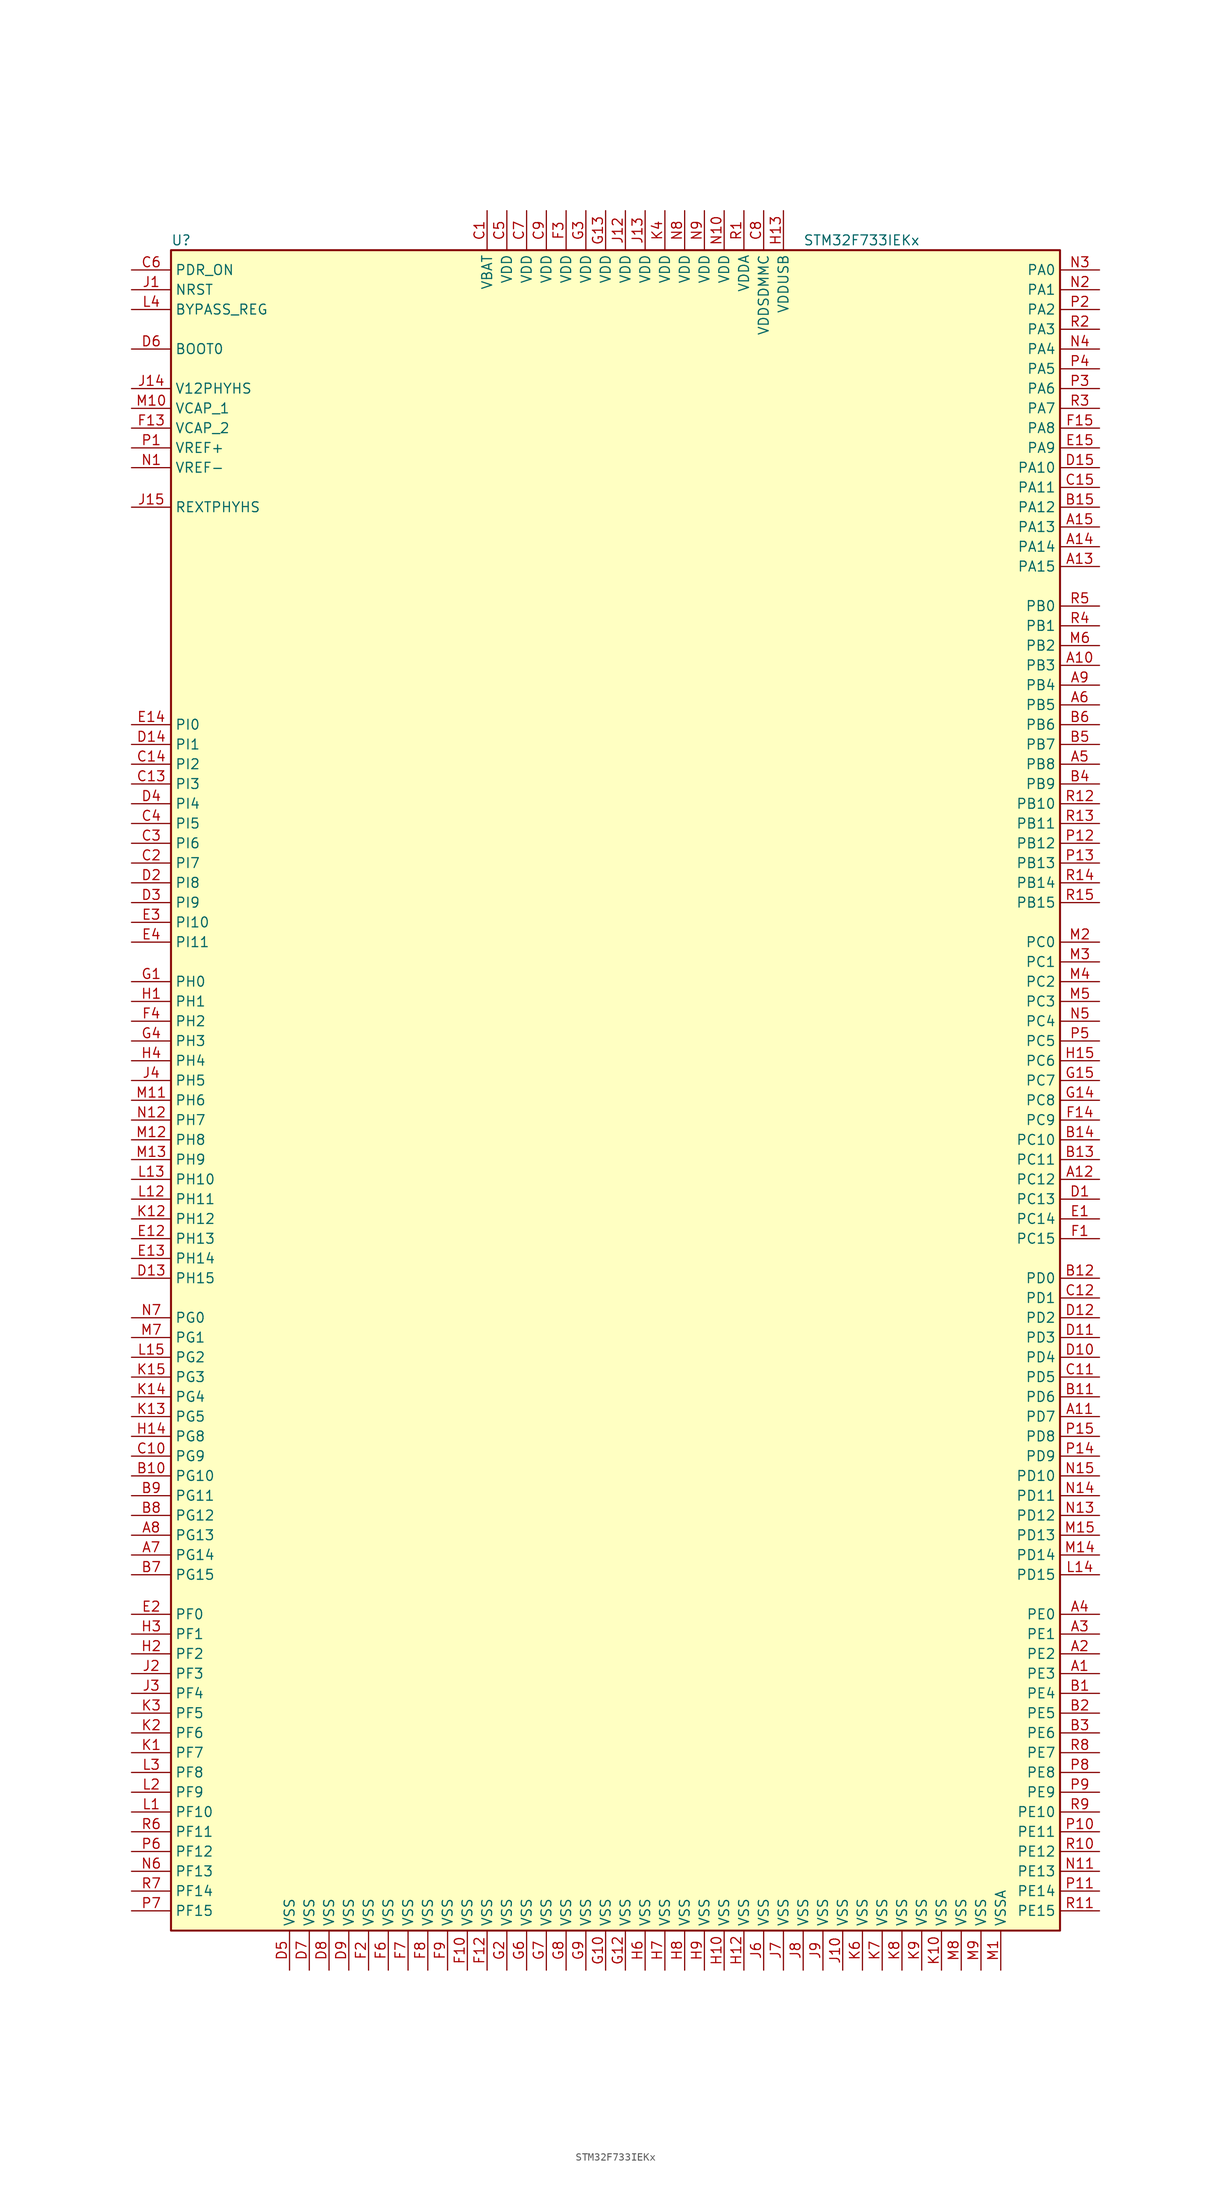
<source format=kicad_sym>
(kicad_symbol_lib
  (version 20201005)
  (generator kicad_symbol_editor)
  (symbol "STM32F733IEKx"
    (property "Reference" "U"
      (at -58.42 107.95 0)
      (effects (font (size 1.27 1.27)) (justify left)))
    (property "Value" "STM32F733IEKx"
      (at 22.86 107.95 0)
      (effects (font (size 1.27 1.27)) (justify left)))
    (symbol "STM32F733IEKx_0_1"
      (rectangle (start -58.42 -109.22) (end 55.88 106.68) (stroke (width 0.254)) (fill (type background))))
    (symbol "STM32F733IEKx_1_1"
      (pin bidirectional line (at 60.96 -76.2 180) (length 5.08) (name "PE3" (effects (font (size 1.27 1.27)))) (number "A1" (effects (font (size 1.27 1.27)))))
      (pin bidirectional line (at 60.96 53.34 180) (length 5.08) (name "PB3" (effects (font (size 1.27 1.27)))) (number "A10" (effects (font (size 1.27 1.27)))))
      (pin bidirectional line (at 60.96 -43.18 180) (length 5.08) (name "PD7" (effects (font (size 1.27 1.27)))) (number "A11" (effects (font (size 1.27 1.27)))))
      (pin bidirectional line (at 60.96 -12.7 180) (length 5.08) (name "PC12" (effects (font (size 1.27 1.27)))) (number "A12" (effects (font (size 1.27 1.27)))))
      (pin bidirectional line (at 60.96 66.04 180) (length 5.08) (name "PA15" (effects (font (size 1.27 1.27)))) (number "A13" (effects (font (size 1.27 1.27)))))
      (pin bidirectional line (at 60.96 68.58 180) (length 5.08) (name "PA14" (effects (font (size 1.27 1.27)))) (number "A14" (effects (font (size 1.27 1.27)))))
      (pin bidirectional line (at 60.96 71.12 180) (length 5.08) (name "PA13" (effects (font (size 1.27 1.27)))) (number "A15" (effects (font (size 1.27 1.27)))))
      (pin bidirectional line (at 60.96 -73.66 180) (length 5.08) (name "PE2" (effects (font (size 1.27 1.27)))) (number "A2" (effects (font (size 1.27 1.27)))))
      (pin bidirectional line (at 60.96 -71.12 180) (length 5.08) (name "PE1" (effects (font (size 1.27 1.27)))) (number "A3" (effects (font (size 1.27 1.27)))))
      (pin bidirectional line (at 60.96 -68.58 180) (length 5.08) (name "PE0" (effects (font (size 1.27 1.27)))) (number "A4" (effects (font (size 1.27 1.27)))))
      (pin bidirectional line (at 60.96 40.64 180) (length 5.08) (name "PB8" (effects (font (size 1.27 1.27)))) (number "A5" (effects (font (size 1.27 1.27)))))
      (pin bidirectional line (at 60.96 48.26 180) (length 5.08) (name "PB5" (effects (font (size 1.27 1.27)))) (number "A6" (effects (font (size 1.27 1.27)))))
      (pin bidirectional line (at -63.5 -60.96 0) (length 5.08) (name "PG14" (effects (font (size 1.27 1.27)))) (number "A7" (effects (font (size 1.27 1.27)))))
      (pin bidirectional line (at -63.5 -58.42 0) (length 5.08) (name "PG13" (effects (font (size 1.27 1.27)))) (number "A8" (effects (font (size 1.27 1.27)))))
      (pin bidirectional line (at 60.96 50.8 180) (length 5.08) (name "PB4" (effects (font (size 1.27 1.27)))) (number "A9" (effects (font (size 1.27 1.27)))))
      (pin bidirectional line (at 60.96 -78.74 180) (length 5.08) (name "PE4" (effects (font (size 1.27 1.27)))) (number "B1" (effects (font (size 1.27 1.27)))))
      (pin bidirectional line (at -63.5 -50.8 0) (length 5.08) (name "PG10" (effects (font (size 1.27 1.27)))) (number "B10" (effects (font (size 1.27 1.27)))))
      (pin bidirectional line (at 60.96 -40.64 180) (length 5.08) (name "PD6" (effects (font (size 1.27 1.27)))) (number "B11" (effects (font (size 1.27 1.27)))))
      (pin bidirectional line (at 60.96 -25.4 180) (length 5.08) (name "PD0" (effects (font (size 1.27 1.27)))) (number "B12" (effects (font (size 1.27 1.27)))))
      (pin bidirectional line (at 60.96 -10.16 180) (length 5.08) (name "PC11" (effects (font (size 1.27 1.27)))) (number "B13" (effects (font (size 1.27 1.27)))))
      (pin bidirectional line (at 60.96 -7.62 180) (length 5.08) (name "PC10" (effects (font (size 1.27 1.27)))) (number "B14" (effects (font (size 1.27 1.27)))))
      (pin bidirectional line (at 60.96 73.66 180) (length 5.08) (name "PA12" (effects (font (size 1.27 1.27)))) (number "B15" (effects (font (size 1.27 1.27)))))
      (pin bidirectional line (at 60.96 -81.28 180) (length 5.08) (name "PE5" (effects (font (size 1.27 1.27)))) (number "B2" (effects (font (size 1.27 1.27)))))
      (pin bidirectional line (at 60.96 -83.82 180) (length 5.08) (name "PE6" (effects (font (size 1.27 1.27)))) (number "B3" (effects (font (size 1.27 1.27)))))
      (pin bidirectional line (at 60.96 38.1 180) (length 5.08) (name "PB9" (effects (font (size 1.27 1.27)))) (number "B4" (effects (font (size 1.27 1.27)))))
      (pin bidirectional line (at 60.96 43.18 180) (length 5.08) (name "PB7" (effects (font (size 1.27 1.27)))) (number "B5" (effects (font (size 1.27 1.27)))))
      (pin bidirectional line (at 60.96 45.72 180) (length 5.08) (name "PB6" (effects (font (size 1.27 1.27)))) (number "B6" (effects (font (size 1.27 1.27)))))
      (pin bidirectional line (at -63.5 -63.5 0) (length 5.08) (name "PG15" (effects (font (size 1.27 1.27)))) (number "B7" (effects (font (size 1.27 1.27)))))
      (pin bidirectional line (at -63.5 -55.88 0) (length 5.08) (name "PG12" (effects (font (size 1.27 1.27)))) (number "B8" (effects (font (size 1.27 1.27)))))
      (pin bidirectional line (at -63.5 -53.34 0) (length 5.08) (name "PG11" (effects (font (size 1.27 1.27)))) (number "B9" (effects (font (size 1.27 1.27)))))
      (pin power_in line (at -17.78 111.76 270) (length 5.08) (name "VBAT" (effects (font (size 1.27 1.27)))) (number "C1" (effects (font (size 1.27 1.27)))))
      (pin bidirectional line (at -63.5 -48.26 0) (length 5.08) (name "PG9" (effects (font (size 1.27 1.27)))) (number "C10" (effects (font (size 1.27 1.27)))))
      (pin bidirectional line (at 60.96 -38.1 180) (length 5.08) (name "PD5" (effects (font (size 1.27 1.27)))) (number "C11" (effects (font (size 1.27 1.27)))))
      (pin bidirectional line (at 60.96 -27.94 180) (length 5.08) (name "PD1" (effects (font (size 1.27 1.27)))) (number "C12" (effects (font (size 1.27 1.27)))))
      (pin bidirectional line (at -63.5 38.1 0) (length 5.08) (name "PI3" (effects (font (size 1.27 1.27)))) (number "C13" (effects (font (size 1.27 1.27)))))
      (pin bidirectional line (at -63.5 40.64 0) (length 5.08) (name "PI2" (effects (font (size 1.27 1.27)))) (number "C14" (effects (font (size 1.27 1.27)))))
      (pin bidirectional line (at 60.96 76.2 180) (length 5.08) (name "PA11" (effects (font (size 1.27 1.27)))) (number "C15" (effects (font (size 1.27 1.27)))))
      (pin bidirectional line (at -63.5 27.94 0) (length 5.08) (name "PI7" (effects (font (size 1.27 1.27)))) (number "C2" (effects (font (size 1.27 1.27)))))
      (pin bidirectional line (at -63.5 30.48 0) (length 5.08) (name "PI6" (effects (font (size 1.27 1.27)))) (number "C3" (effects (font (size 1.27 1.27)))))
      (pin bidirectional line (at -63.5 33.02 0) (length 5.08) (name "PI5" (effects (font (size 1.27 1.27)))) (number "C4" (effects (font (size 1.27 1.27)))))
      (pin power_in line (at -15.24 111.76 270) (length 5.08) (name "VDD" (effects (font (size 1.27 1.27)))) (number "C5" (effects (font (size 1.27 1.27)))))
      (pin input line (at -63.5 104.14 0) (length 5.08) (name "PDR_ON" (effects (font (size 1.27 1.27)))) (number "C6" (effects (font (size 1.27 1.27)))))
      (pin power_in line (at -12.7 111.76 270) (length 5.08) (name "VDD" (effects (font (size 1.27 1.27)))) (number "C7" (effects (font (size 1.27 1.27)))))
      (pin power_in line (at 17.78 111.76 270) (length 5.08) (name "VDDSDMMC" (effects (font (size 1.27 1.27)))) (number "C8" (effects (font (size 1.27 1.27)))))
      (pin power_in line (at -10.16 111.76 270) (length 5.08) (name "VDD" (effects (font (size 1.27 1.27)))) (number "C9" (effects (font (size 1.27 1.27)))))
      (pin bidirectional line (at 60.96 -15.24 180) (length 5.08) (name "PC13" (effects (font (size 1.27 1.27)))) (number "D1" (effects (font (size 1.27 1.27)))))
      (pin bidirectional line (at 60.96 -35.56 180) (length 5.08) (name "PD4" (effects (font (size 1.27 1.27)))) (number "D10" (effects (font (size 1.27 1.27)))))
      (pin bidirectional line (at 60.96 -33.02 180) (length 5.08) (name "PD3" (effects (font (size 1.27 1.27)))) (number "D11" (effects (font (size 1.27 1.27)))))
      (pin bidirectional line (at 60.96 -30.48 180) (length 5.08) (name "PD2" (effects (font (size 1.27 1.27)))) (number "D12" (effects (font (size 1.27 1.27)))))
      (pin bidirectional line (at -63.5 -25.4 0) (length 5.08) (name "PH15" (effects (font (size 1.27 1.27)))) (number "D13" (effects (font (size 1.27 1.27)))))
      (pin bidirectional line (at -63.5 43.18 0) (length 5.08) (name "PI1" (effects (font (size 1.27 1.27)))) (number "D14" (effects (font (size 1.27 1.27)))))
      (pin bidirectional line (at 60.96 78.74 180) (length 5.08) (name "PA10" (effects (font (size 1.27 1.27)))) (number "D15" (effects (font (size 1.27 1.27)))))
      (pin bidirectional line (at -63.5 25.4 0) (length 5.08) (name "PI8" (effects (font (size 1.27 1.27)))) (number "D2" (effects (font (size 1.27 1.27)))))
      (pin bidirectional line (at -63.5 22.86 0) (length 5.08) (name "PI9" (effects (font (size 1.27 1.27)))) (number "D3" (effects (font (size 1.27 1.27)))))
      (pin bidirectional line (at -63.5 35.56 0) (length 5.08) (name "PI4" (effects (font (size 1.27 1.27)))) (number "D4" (effects (font (size 1.27 1.27)))))
      (pin power_in line (at -43.18 -114.3 90) (length 5.08) (name "VSS" (effects (font (size 1.27 1.27)))) (number "D5" (effects (font (size 1.27 1.27)))))
      (pin input line (at -63.5 93.98 0) (length 5.08) (name "BOOT0" (effects (font (size 1.27 1.27)))) (number "D6" (effects (font (size 1.27 1.27)))))
      (pin power_in line (at -40.64 -114.3 90) (length 5.08) (name "VSS" (effects (font (size 1.27 1.27)))) (number "D7" (effects (font (size 1.27 1.27)))))
      (pin power_in line (at -38.1 -114.3 90) (length 5.08) (name "VSS" (effects (font (size 1.27 1.27)))) (number "D8" (effects (font (size 1.27 1.27)))))
      (pin power_in line (at -35.56 -114.3 90) (length 5.08) (name "VSS" (effects (font (size 1.27 1.27)))) (number "D9" (effects (font (size 1.27 1.27)))))
      (pin bidirectional line (at 60.96 -17.78 180) (length 5.08) (name "PC14" (effects (font (size 1.27 1.27)))) (number "E1" (effects (font (size 1.27 1.27)))))
      (pin bidirectional line (at -63.5 -20.32 0) (length 5.08) (name "PH13" (effects (font (size 1.27 1.27)))) (number "E12" (effects (font (size 1.27 1.27)))))
      (pin bidirectional line (at -63.5 -22.86 0) (length 5.08) (name "PH14" (effects (font (size 1.27 1.27)))) (number "E13" (effects (font (size 1.27 1.27)))))
      (pin bidirectional line (at -63.5 45.72 0) (length 5.08) (name "PI0" (effects (font (size 1.27 1.27)))) (number "E14" (effects (font (size 1.27 1.27)))))
      (pin bidirectional line (at 60.96 81.28 180) (length 5.08) (name "PA9" (effects (font (size 1.27 1.27)))) (number "E15" (effects (font (size 1.27 1.27)))))
      (pin bidirectional line (at -63.5 -68.58 0) (length 5.08) (name "PF0" (effects (font (size 1.27 1.27)))) (number "E2" (effects (font (size 1.27 1.27)))))
      (pin bidirectional line (at -63.5 20.32 0) (length 5.08) (name "PI10" (effects (font (size 1.27 1.27)))) (number "E3" (effects (font (size 1.27 1.27)))))
      (pin bidirectional line (at -63.5 17.78 0) (length 5.08) (name "PI11" (effects (font (size 1.27 1.27)))) (number "E4" (effects (font (size 1.27 1.27)))))
      (pin bidirectional line (at 60.96 -20.32 180) (length 5.08) (name "PC15" (effects (font (size 1.27 1.27)))) (number "F1" (effects (font (size 1.27 1.27)))))
      (pin power_in line (at -20.32 -114.3 90) (length 5.08) (name "VSS" (effects (font (size 1.27 1.27)))) (number "F10" (effects (font (size 1.27 1.27)))))
      (pin power_in line (at -17.78 -114.3 90) (length 5.08) (name "VSS" (effects (font (size 1.27 1.27)))) (number "F12" (effects (font (size 1.27 1.27)))))
      (pin power_in line (at -63.5 83.82 0) (length 5.08) (name "VCAP_2" (effects (font (size 1.27 1.27)))) (number "F13" (effects (font (size 1.27 1.27)))))
      (pin bidirectional line (at 60.96 -5.08 180) (length 5.08) (name "PC9" (effects (font (size 1.27 1.27)))) (number "F14" (effects (font (size 1.27 1.27)))))
      (pin bidirectional line (at 60.96 83.82 180) (length 5.08) (name "PA8" (effects (font (size 1.27 1.27)))) (number "F15" (effects (font (size 1.27 1.27)))))
      (pin power_in line (at -33.02 -114.3 90) (length 5.08) (name "VSS" (effects (font (size 1.27 1.27)))) (number "F2" (effects (font (size 1.27 1.27)))))
      (pin power_in line (at -7.62 111.76 270) (length 5.08) (name "VDD" (effects (font (size 1.27 1.27)))) (number "F3" (effects (font (size 1.27 1.27)))))
      (pin bidirectional line (at -63.5 7.62 0) (length 5.08) (name "PH2" (effects (font (size 1.27 1.27)))) (number "F4" (effects (font (size 1.27 1.27)))))
      (pin power_in line (at -30.48 -114.3 90) (length 5.08) (name "VSS" (effects (font (size 1.27 1.27)))) (number "F6" (effects (font (size 1.27 1.27)))))
      (pin power_in line (at -27.94 -114.3 90) (length 5.08) (name "VSS" (effects (font (size 1.27 1.27)))) (number "F7" (effects (font (size 1.27 1.27)))))
      (pin power_in line (at -25.4 -114.3 90) (length 5.08) (name "VSS" (effects (font (size 1.27 1.27)))) (number "F8" (effects (font (size 1.27 1.27)))))
      (pin power_in line (at -22.86 -114.3 90) (length 5.08) (name "VSS" (effects (font (size 1.27 1.27)))) (number "F9" (effects (font (size 1.27 1.27)))))
      (pin input line (at -63.5 12.7 0) (length 5.08) (name "PH0" (effects (font (size 1.27 1.27)))) (number "G1" (effects (font (size 1.27 1.27)))))
      (pin power_in line (at -2.54 -114.3 90) (length 5.08) (name "VSS" (effects (font (size 1.27 1.27)))) (number "G10" (effects (font (size 1.27 1.27)))))
      (pin power_in line (at 0 -114.3 90) (length 5.08) (name "VSS" (effects (font (size 1.27 1.27)))) (number "G12" (effects (font (size 1.27 1.27)))))
      (pin power_in line (at -2.54 111.76 270) (length 5.08) (name "VDD" (effects (font (size 1.27 1.27)))) (number "G13" (effects (font (size 1.27 1.27)))))
      (pin bidirectional line (at 60.96 -2.54 180) (length 5.08) (name "PC8" (effects (font (size 1.27 1.27)))) (number "G14" (effects (font (size 1.27 1.27)))))
      (pin bidirectional line (at 60.96 0 180) (length 5.08) (name "PC7" (effects (font (size 1.27 1.27)))) (number "G15" (effects (font (size 1.27 1.27)))))
      (pin power_in line (at -15.24 -114.3 90) (length 5.08) (name "VSS" (effects (font (size 1.27 1.27)))) (number "G2" (effects (font (size 1.27 1.27)))))
      (pin power_in line (at -5.08 111.76 270) (length 5.08) (name "VDD" (effects (font (size 1.27 1.27)))) (number "G3" (effects (font (size 1.27 1.27)))))
      (pin bidirectional line (at -63.5 5.08 0) (length 5.08) (name "PH3" (effects (font (size 1.27 1.27)))) (number "G4" (effects (font (size 1.27 1.27)))))
      (pin power_in line (at -12.7 -114.3 90) (length 5.08) (name "VSS" (effects (font (size 1.27 1.27)))) (number "G6" (effects (font (size 1.27 1.27)))))
      (pin power_in line (at -10.16 -114.3 90) (length 5.08) (name "VSS" (effects (font (size 1.27 1.27)))) (number "G7" (effects (font (size 1.27 1.27)))))
      (pin power_in line (at -7.62 -114.3 90) (length 5.08) (name "VSS" (effects (font (size 1.27 1.27)))) (number "G8" (effects (font (size 1.27 1.27)))))
      (pin power_in line (at -5.08 -114.3 90) (length 5.08) (name "VSS" (effects (font (size 1.27 1.27)))) (number "G9" (effects (font (size 1.27 1.27)))))
      (pin input line (at -63.5 10.16 0) (length 5.08) (name "PH1" (effects (font (size 1.27 1.27)))) (number "H1" (effects (font (size 1.27 1.27)))))
      (pin power_in line (at 12.7 -114.3 90) (length 5.08) (name "VSS" (effects (font (size 1.27 1.27)))) (number "H10" (effects (font (size 1.27 1.27)))))
      (pin power_in line (at 15.24 -114.3 90) (length 5.08) (name "VSS" (effects (font (size 1.27 1.27)))) (number "H12" (effects (font (size 1.27 1.27)))))
      (pin power_in line (at 20.32 111.76 270) (length 5.08) (name "VDDUSB" (effects (font (size 1.27 1.27)))) (number "H13" (effects (font (size 1.27 1.27)))))
      (pin bidirectional line (at -63.5 -45.72 0) (length 5.08) (name "PG8" (effects (font (size 1.27 1.27)))) (number "H14" (effects (font (size 1.27 1.27)))))
      (pin bidirectional line (at 60.96 2.54 180) (length 5.08) (name "PC6" (effects (font (size 1.27 1.27)))) (number "H15" (effects (font (size 1.27 1.27)))))
      (pin bidirectional line (at -63.5 -73.66 0) (length 5.08) (name "PF2" (effects (font (size 1.27 1.27)))) (number "H2" (effects (font (size 1.27 1.27)))))
      (pin bidirectional line (at -63.5 -71.12 0) (length 5.08) (name "PF1" (effects (font (size 1.27 1.27)))) (number "H3" (effects (font (size 1.27 1.27)))))
      (pin bidirectional line (at -63.5 2.54 0) (length 5.08) (name "PH4" (effects (font (size 1.27 1.27)))) (number "H4" (effects (font (size 1.27 1.27)))))
      (pin power_in line (at 2.54 -114.3 90) (length 5.08) (name "VSS" (effects (font (size 1.27 1.27)))) (number "H6" (effects (font (size 1.27 1.27)))))
      (pin power_in line (at 5.08 -114.3 90) (length 5.08) (name "VSS" (effects (font (size 1.27 1.27)))) (number "H7" (effects (font (size 1.27 1.27)))))
      (pin power_in line (at 7.62 -114.3 90) (length 5.08) (name "VSS" (effects (font (size 1.27 1.27)))) (number "H8" (effects (font (size 1.27 1.27)))))
      (pin power_in line (at 10.16 -114.3 90) (length 5.08) (name "VSS" (effects (font (size 1.27 1.27)))) (number "H9" (effects (font (size 1.27 1.27)))))
      (pin input line (at -63.5 101.6 0) (length 5.08) (name "NRST" (effects (font (size 1.27 1.27)))) (number "J1" (effects (font (size 1.27 1.27)))))
      (pin power_in line (at 27.94 -114.3 90) (length 5.08) (name "VSS" (effects (font (size 1.27 1.27)))) (number "J10" (effects (font (size 1.27 1.27)))))
      (pin power_in line (at 0 111.76 270) (length 5.08) (name "VDD" (effects (font (size 1.27 1.27)))) (number "J12" (effects (font (size 1.27 1.27)))))
      (pin power_in line (at 2.54 111.76 270) (length 5.08) (name "VDD" (effects (font (size 1.27 1.27)))) (number "J13" (effects (font (size 1.27 1.27)))))
      (pin power_in line (at -63.5 88.9 0) (length 5.08) (name "V12PHYHS" (effects (font (size 1.27 1.27)))) (number "J14" (effects (font (size 1.27 1.27)))))
      (pin bidirectional line (at -63.5 73.66 0) (length 5.08) (name "REXTPHYHS" (effects (font (size 1.27 1.27)))) (number "J15" (effects (font (size 1.27 1.27)))))
      (pin bidirectional line (at -63.5 -76.2 0) (length 5.08) (name "PF3" (effects (font (size 1.27 1.27)))) (number "J2" (effects (font (size 1.27 1.27)))))
      (pin bidirectional line (at -63.5 -78.74 0) (length 5.08) (name "PF4" (effects (font (size 1.27 1.27)))) (number "J3" (effects (font (size 1.27 1.27)))))
      (pin bidirectional line (at -63.5 0 0) (length 5.08) (name "PH5" (effects (font (size 1.27 1.27)))) (number "J4" (effects (font (size 1.27 1.27)))))
      (pin power_in line (at 17.78 -114.3 90) (length 5.08) (name "VSS" (effects (font (size 1.27 1.27)))) (number "J6" (effects (font (size 1.27 1.27)))))
      (pin power_in line (at 20.32 -114.3 90) (length 5.08) (name "VSS" (effects (font (size 1.27 1.27)))) (number "J7" (effects (font (size 1.27 1.27)))))
      (pin power_in line (at 22.86 -114.3 90) (length 5.08) (name "VSS" (effects (font (size 1.27 1.27)))) (number "J8" (effects (font (size 1.27 1.27)))))
      (pin power_in line (at 25.4 -114.3 90) (length 5.08) (name "VSS" (effects (font (size 1.27 1.27)))) (number "J9" (effects (font (size 1.27 1.27)))))
      (pin bidirectional line (at -63.5 -86.36 0) (length 5.08) (name "PF7" (effects (font (size 1.27 1.27)))) (number "K1" (effects (font (size 1.27 1.27)))))
      (pin power_in line (at 40.64 -114.3 90) (length 5.08) (name "VSS" (effects (font (size 1.27 1.27)))) (number "K10" (effects (font (size 1.27 1.27)))))
      (pin bidirectional line (at -63.5 -17.78 0) (length 5.08) (name "PH12" (effects (font (size 1.27 1.27)))) (number "K12" (effects (font (size 1.27 1.27)))))
      (pin bidirectional line (at -63.5 -43.18 0) (length 5.08) (name "PG5" (effects (font (size 1.27 1.27)))) (number "K13" (effects (font (size 1.27 1.27)))))
      (pin bidirectional line (at -63.5 -40.64 0) (length 5.08) (name "PG4" (effects (font (size 1.27 1.27)))) (number "K14" (effects (font (size 1.27 1.27)))))
      (pin bidirectional line (at -63.5 -38.1 0) (length 5.08) (name "PG3" (effects (font (size 1.27 1.27)))) (number "K15" (effects (font (size 1.27 1.27)))))
      (pin bidirectional line (at -63.5 -83.82 0) (length 5.08) (name "PF6" (effects (font (size 1.27 1.27)))) (number "K2" (effects (font (size 1.27 1.27)))))
      (pin bidirectional line (at -63.5 -81.28 0) (length 5.08) (name "PF5" (effects (font (size 1.27 1.27)))) (number "K3" (effects (font (size 1.27 1.27)))))
      (pin power_in line (at 5.08 111.76 270) (length 5.08) (name "VDD" (effects (font (size 1.27 1.27)))) (number "K4" (effects (font (size 1.27 1.27)))))
      (pin power_in line (at 30.48 -114.3 90) (length 5.08) (name "VSS" (effects (font (size 1.27 1.27)))) (number "K6" (effects (font (size 1.27 1.27)))))
      (pin power_in line (at 33.02 -114.3 90) (length 5.08) (name "VSS" (effects (font (size 1.27 1.27)))) (number "K7" (effects (font (size 1.27 1.27)))))
      (pin power_in line (at 35.56 -114.3 90) (length 5.08) (name "VSS" (effects (font (size 1.27 1.27)))) (number "K8" (effects (font (size 1.27 1.27)))))
      (pin power_in line (at 38.1 -114.3 90) (length 5.08) (name "VSS" (effects (font (size 1.27 1.27)))) (number "K9" (effects (font (size 1.27 1.27)))))
      (pin bidirectional line (at -63.5 -93.98 0) (length 5.08) (name "PF10" (effects (font (size 1.27 1.27)))) (number "L1" (effects (font (size 1.27 1.27)))))
      (pin bidirectional line (at -63.5 -15.24 0) (length 5.08) (name "PH11" (effects (font (size 1.27 1.27)))) (number "L12" (effects (font (size 1.27 1.27)))))
      (pin bidirectional line (at -63.5 -12.7 0) (length 5.08) (name "PH10" (effects (font (size 1.27 1.27)))) (number "L13" (effects (font (size 1.27 1.27)))))
      (pin bidirectional line (at 60.96 -63.5 180) (length 5.08) (name "PD15" (effects (font (size 1.27 1.27)))) (number "L14" (effects (font (size 1.27 1.27)))))
      (pin bidirectional line (at -63.5 -35.56 0) (length 5.08) (name "PG2" (effects (font (size 1.27 1.27)))) (number "L15" (effects (font (size 1.27 1.27)))))
      (pin bidirectional line (at -63.5 -91.44 0) (length 5.08) (name "PF9" (effects (font (size 1.27 1.27)))) (number "L2" (effects (font (size 1.27 1.27)))))
      (pin bidirectional line (at -63.5 -88.9 0) (length 5.08) (name "PF8" (effects (font (size 1.27 1.27)))) (number "L3" (effects (font (size 1.27 1.27)))))
      (pin input line (at -63.5 99.06 0) (length 5.08) (name "BYPASS_REG" (effects (font (size 1.27 1.27)))) (number "L4" (effects (font (size 1.27 1.27)))))
      (pin power_in line (at 48.26 -114.3 90) (length 5.08) (name "VSSA" (effects (font (size 1.27 1.27)))) (number "M1" (effects (font (size 1.27 1.27)))))
      (pin power_in line (at -63.5 86.36 0) (length 5.08) (name "VCAP_1" (effects (font (size 1.27 1.27)))) (number "M10" (effects (font (size 1.27 1.27)))))
      (pin bidirectional line (at -63.5 -2.54 0) (length 5.08) (name "PH6" (effects (font (size 1.27 1.27)))) (number "M11" (effects (font (size 1.27 1.27)))))
      (pin bidirectional line (at -63.5 -7.62 0) (length 5.08) (name "PH8" (effects (font (size 1.27 1.27)))) (number "M12" (effects (font (size 1.27 1.27)))))
      (pin bidirectional line (at -63.5 -10.16 0) (length 5.08) (name "PH9" (effects (font (size 1.27 1.27)))) (number "M13" (effects (font (size 1.27 1.27)))))
      (pin bidirectional line (at 60.96 -60.96 180) (length 5.08) (name "PD14" (effects (font (size 1.27 1.27)))) (number "M14" (effects (font (size 1.27 1.27)))))
      (pin bidirectional line (at 60.96 -58.42 180) (length 5.08) (name "PD13" (effects (font (size 1.27 1.27)))) (number "M15" (effects (font (size 1.27 1.27)))))
      (pin bidirectional line (at 60.96 17.78 180) (length 5.08) (name "PC0" (effects (font (size 1.27 1.27)))) (number "M2" (effects (font (size 1.27 1.27)))))
      (pin bidirectional line (at 60.96 15.24 180) (length 5.08) (name "PC1" (effects (font (size 1.27 1.27)))) (number "M3" (effects (font (size 1.27 1.27)))))
      (pin bidirectional line (at 60.96 12.7 180) (length 5.08) (name "PC2" (effects (font (size 1.27 1.27)))) (number "M4" (effects (font (size 1.27 1.27)))))
      (pin bidirectional line (at 60.96 10.16 180) (length 5.08) (name "PC3" (effects (font (size 1.27 1.27)))) (number "M5" (effects (font (size 1.27 1.27)))))
      (pin bidirectional line (at 60.96 55.88 180) (length 5.08) (name "PB2" (effects (font (size 1.27 1.27)))) (number "M6" (effects (font (size 1.27 1.27)))))
      (pin bidirectional line (at -63.5 -33.02 0) (length 5.08) (name "PG1" (effects (font (size 1.27 1.27)))) (number "M7" (effects (font (size 1.27 1.27)))))
      (pin power_in line (at 43.18 -114.3 90) (length 5.08) (name "VSS" (effects (font (size 1.27 1.27)))) (number "M8" (effects (font (size 1.27 1.27)))))
      (pin power_in line (at 45.72 -114.3 90) (length 5.08) (name "VSS" (effects (font (size 1.27 1.27)))) (number "M9" (effects (font (size 1.27 1.27)))))
      (pin power_in line (at -63.5 78.74 0) (length 5.08) (name "VREF-" (effects (font (size 1.27 1.27)))) (number "N1" (effects (font (size 1.27 1.27)))))
      (pin power_in line (at 12.7 111.76 270) (length 5.08) (name "VDD" (effects (font (size 1.27 1.27)))) (number "N10" (effects (font (size 1.27 1.27)))))
      (pin bidirectional line (at 60.96 -101.6 180) (length 5.08) (name "PE13" (effects (font (size 1.27 1.27)))) (number "N11" (effects (font (size 1.27 1.27)))))
      (pin bidirectional line (at -63.5 -5.08 0) (length 5.08) (name "PH7" (effects (font (size 1.27 1.27)))) (number "N12" (effects (font (size 1.27 1.27)))))
      (pin bidirectional line (at 60.96 -55.88 180) (length 5.08) (name "PD12" (effects (font (size 1.27 1.27)))) (number "N13" (effects (font (size 1.27 1.27)))))
      (pin bidirectional line (at 60.96 -53.34 180) (length 5.08) (name "PD11" (effects (font (size 1.27 1.27)))) (number "N14" (effects (font (size 1.27 1.27)))))
      (pin bidirectional line (at 60.96 -50.8 180) (length 5.08) (name "PD10" (effects (font (size 1.27 1.27)))) (number "N15" (effects (font (size 1.27 1.27)))))
      (pin bidirectional line (at 60.96 101.6 180) (length 5.08) (name "PA1" (effects (font (size 1.27 1.27)))) (number "N2" (effects (font (size 1.27 1.27)))))
      (pin bidirectional line (at 60.96 104.14 180) (length 5.08) (name "PA0" (effects (font (size 1.27 1.27)))) (number "N3" (effects (font (size 1.27 1.27)))))
      (pin bidirectional line (at 60.96 93.98 180) (length 5.08) (name "PA4" (effects (font (size 1.27 1.27)))) (number "N4" (effects (font (size 1.27 1.27)))))
      (pin bidirectional line (at 60.96 7.62 180) (length 5.08) (name "PC4" (effects (font (size 1.27 1.27)))) (number "N5" (effects (font (size 1.27 1.27)))))
      (pin bidirectional line (at -63.5 -101.6 0) (length 5.08) (name "PF13" (effects (font (size 1.27 1.27)))) (number "N6" (effects (font (size 1.27 1.27)))))
      (pin bidirectional line (at -63.5 -30.48 0) (length 5.08) (name "PG0" (effects (font (size 1.27 1.27)))) (number "N7" (effects (font (size 1.27 1.27)))))
      (pin power_in line (at 7.62 111.76 270) (length 5.08) (name "VDD" (effects (font (size 1.27 1.27)))) (number "N8" (effects (font (size 1.27 1.27)))))
      (pin power_in line (at 10.16 111.76 270) (length 5.08) (name "VDD" (effects (font (size 1.27 1.27)))) (number "N9" (effects (font (size 1.27 1.27)))))
      (pin power_in line (at -63.5 81.28 0) (length 5.08) (name "VREF+" (effects (font (size 1.27 1.27)))) (number "P1" (effects (font (size 1.27 1.27)))))
      (pin bidirectional line (at 60.96 -96.52 180) (length 5.08) (name "PE11" (effects (font (size 1.27 1.27)))) (number "P10" (effects (font (size 1.27 1.27)))))
      (pin bidirectional line (at 60.96 -104.14 180) (length 5.08) (name "PE14" (effects (font (size 1.27 1.27)))) (number "P11" (effects (font (size 1.27 1.27)))))
      (pin bidirectional line (at 60.96 30.48 180) (length 5.08) (name "PB12" (effects (font (size 1.27 1.27)))) (number "P12" (effects (font (size 1.27 1.27)))))
      (pin bidirectional line (at 60.96 27.94 180) (length 5.08) (name "PB13" (effects (font (size 1.27 1.27)))) (number "P13" (effects (font (size 1.27 1.27)))))
      (pin bidirectional line (at 60.96 -48.26 180) (length 5.08) (name "PD9" (effects (font (size 1.27 1.27)))) (number "P14" (effects (font (size 1.27 1.27)))))
      (pin bidirectional line (at 60.96 -45.72 180) (length 5.08) (name "PD8" (effects (font (size 1.27 1.27)))) (number "P15" (effects (font (size 1.27 1.27)))))
      (pin bidirectional line (at 60.96 99.06 180) (length 5.08) (name "PA2" (effects (font (size 1.27 1.27)))) (number "P2" (effects (font (size 1.27 1.27)))))
      (pin bidirectional line (at 60.96 88.9 180) (length 5.08) (name "PA6" (effects (font (size 1.27 1.27)))) (number "P3" (effects (font (size 1.27 1.27)))))
      (pin bidirectional line (at 60.96 91.44 180) (length 5.08) (name "PA5" (effects (font (size 1.27 1.27)))) (number "P4" (effects (font (size 1.27 1.27)))))
      (pin bidirectional line (at 60.96 5.08 180) (length 5.08) (name "PC5" (effects (font (size 1.27 1.27)))) (number "P5" (effects (font (size 1.27 1.27)))))
      (pin bidirectional line (at -63.5 -99.06 0) (length 5.08) (name "PF12" (effects (font (size 1.27 1.27)))) (number "P6" (effects (font (size 1.27 1.27)))))
      (pin bidirectional line (at -63.5 -106.68 0) (length 5.08) (name "PF15" (effects (font (size 1.27 1.27)))) (number "P7" (effects (font (size 1.27 1.27)))))
      (pin bidirectional line (at 60.96 -88.9 180) (length 5.08) (name "PE8" (effects (font (size 1.27 1.27)))) (number "P8" (effects (font (size 1.27 1.27)))))
      (pin bidirectional line (at 60.96 -91.44 180) (length 5.08) (name "PE9" (effects (font (size 1.27 1.27)))) (number "P9" (effects (font (size 1.27 1.27)))))
      (pin power_in line (at 15.24 111.76 270) (length 5.08) (name "VDDA" (effects (font (size 1.27 1.27)))) (number "R1" (effects (font (size 1.27 1.27)))))
      (pin bidirectional line (at 60.96 -99.06 180) (length 5.08) (name "PE12" (effects (font (size 1.27 1.27)))) (number "R10" (effects (font (size 1.27 1.27)))))
      (pin bidirectional line (at 60.96 -106.68 180) (length 5.08) (name "PE15" (effects (font (size 1.27 1.27)))) (number "R11" (effects (font (size 1.27 1.27)))))
      (pin bidirectional line (at 60.96 35.56 180) (length 5.08) (name "PB10" (effects (font (size 1.27 1.27)))) (number "R12" (effects (font (size 1.27 1.27)))))
      (pin bidirectional line (at 60.96 33.02 180) (length 5.08) (name "PB11" (effects (font (size 1.27 1.27)))) (number "R13" (effects (font (size 1.27 1.27)))))
      (pin bidirectional line (at 60.96 25.4 180) (length 5.08) (name "PB14" (effects (font (size 1.27 1.27)))) (number "R14" (effects (font (size 1.27 1.27)))))
      (pin bidirectional line (at 60.96 22.86 180) (length 5.08) (name "PB15" (effects (font (size 1.27 1.27)))) (number "R15" (effects (font (size 1.27 1.27)))))
      (pin bidirectional line (at 60.96 96.52 180) (length 5.08) (name "PA3" (effects (font (size 1.27 1.27)))) (number "R2" (effects (font (size 1.27 1.27)))))
      (pin bidirectional line (at 60.96 86.36 180) (length 5.08) (name "PA7" (effects (font (size 1.27 1.27)))) (number "R3" (effects (font (size 1.27 1.27)))))
      (pin bidirectional line (at 60.96 58.42 180) (length 5.08) (name "PB1" (effects (font (size 1.27 1.27)))) (number "R4" (effects (font (size 1.27 1.27)))))
      (pin bidirectional line (at 60.96 60.96 180) (length 5.08) (name "PB0" (effects (font (size 1.27 1.27)))) (number "R5" (effects (font (size 1.27 1.27)))))
      (pin bidirectional line (at -63.5 -96.52 0) (length 5.08) (name "PF11" (effects (font (size 1.27 1.27)))) (number "R6" (effects (font (size 1.27 1.27)))))
      (pin bidirectional line (at -63.5 -104.14 0) (length 5.08) (name "PF14" (effects (font (size 1.27 1.27)))) (number "R7" (effects (font (size 1.27 1.27)))))
      (pin bidirectional line (at 60.96 -86.36 180) (length 5.08) (name "PE7" (effects (font (size 1.27 1.27)))) (number "R8" (effects (font (size 1.27 1.27)))))
      (pin bidirectional line (at 60.96 -93.98 180) (length 5.08) (name "PE10" (effects (font (size 1.27 1.27)))) (number "R9" (effects (font (size 1.27 1.27))))))))
</source>
